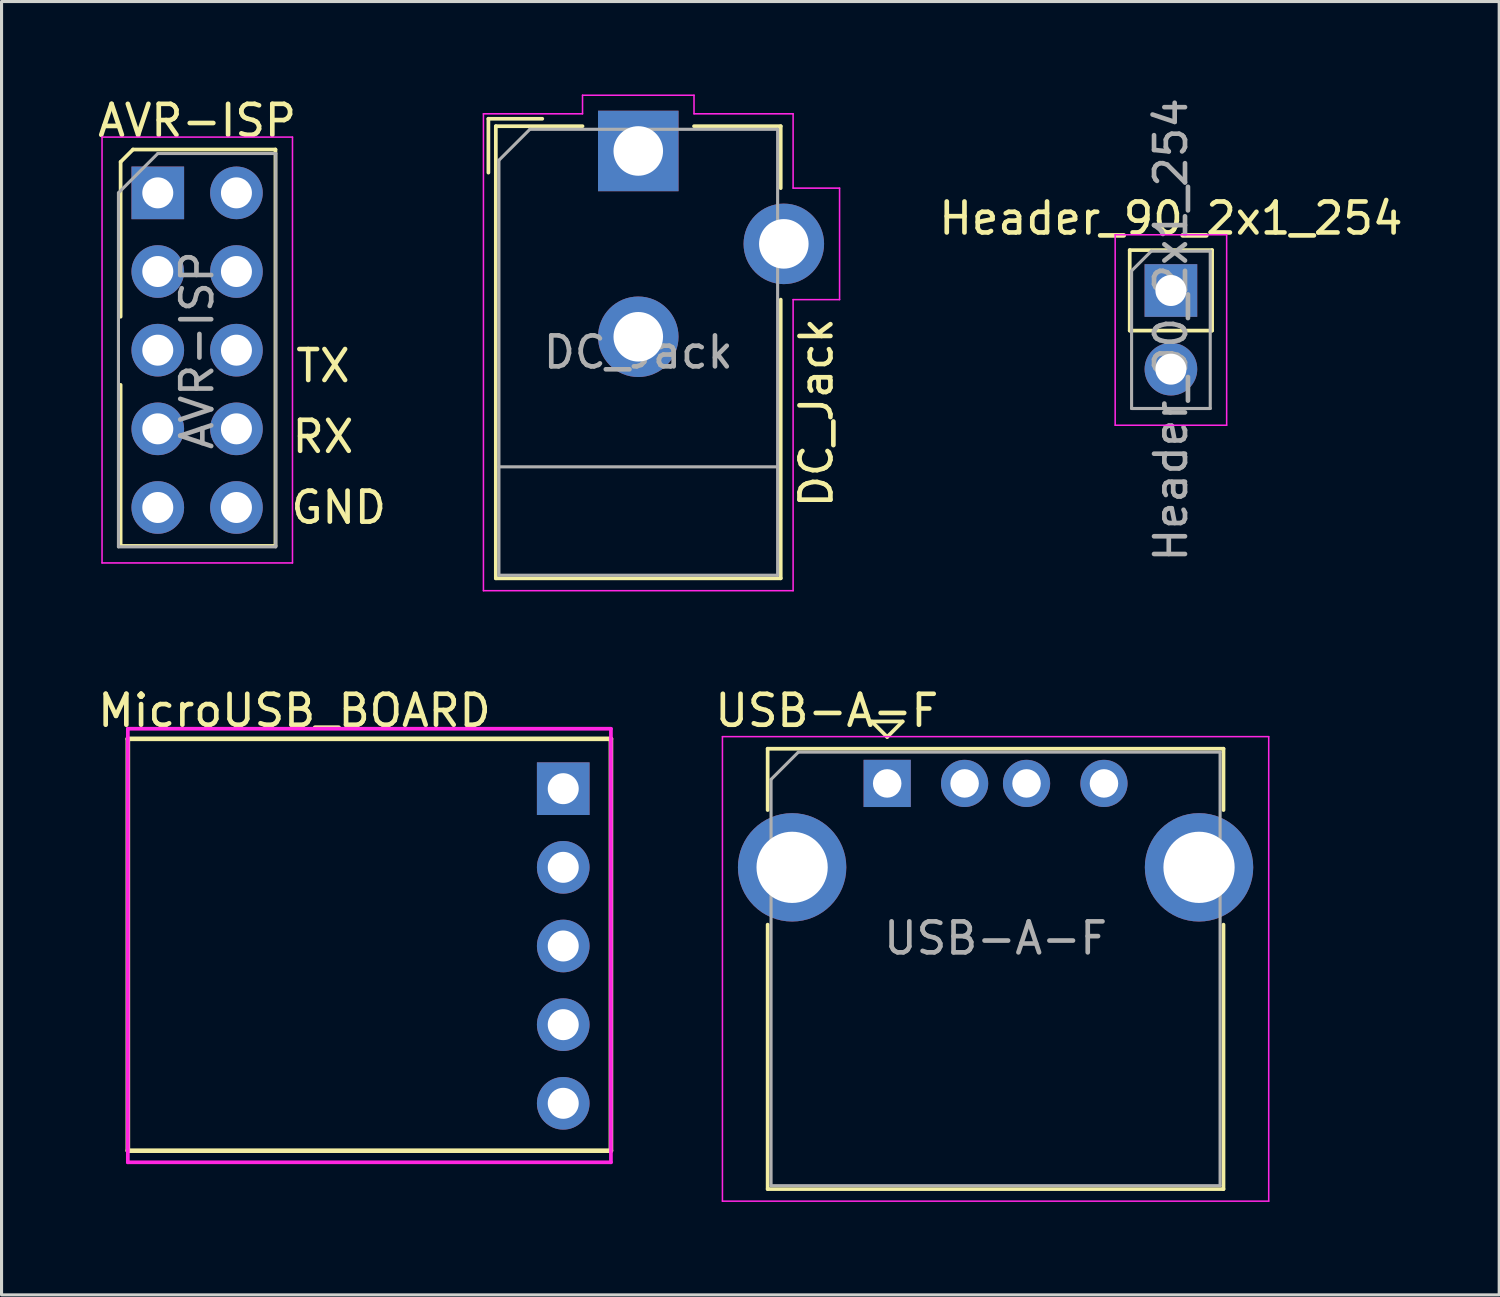
<source format=kicad_pcb>
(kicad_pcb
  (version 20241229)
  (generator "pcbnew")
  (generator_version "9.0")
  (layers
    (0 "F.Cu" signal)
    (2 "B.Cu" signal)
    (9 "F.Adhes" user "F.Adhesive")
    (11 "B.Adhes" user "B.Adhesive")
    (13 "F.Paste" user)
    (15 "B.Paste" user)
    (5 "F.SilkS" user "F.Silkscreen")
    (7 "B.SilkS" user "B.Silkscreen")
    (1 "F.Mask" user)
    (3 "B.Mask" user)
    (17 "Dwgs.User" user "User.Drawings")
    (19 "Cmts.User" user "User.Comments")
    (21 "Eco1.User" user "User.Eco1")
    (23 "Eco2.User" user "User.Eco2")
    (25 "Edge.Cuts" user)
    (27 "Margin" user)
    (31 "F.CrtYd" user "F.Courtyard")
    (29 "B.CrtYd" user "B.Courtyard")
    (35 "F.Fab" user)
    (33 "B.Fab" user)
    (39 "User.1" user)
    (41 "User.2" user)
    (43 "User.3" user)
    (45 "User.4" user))
  (footprint "DC_Jack"
    (layer "F.Cu")
    (at 17.561 1.825)
    (property "Reference" "DC_Jack" (at 5.75 8.45 90) (layer "F.SilkS") (effects (font (size 1 1) (thickness 0.15))))
    (attr through_hole)
    (fp_line (start -4.84 -1.04) (end -3.1 -1.04) (stroke (width 0.12) (type solid)) (layer "F.SilkS"))
    (fp_line (start -4.84 0.7) (end -4.84 -1.04) (stroke (width 0.12) (type solid)) (layer "F.SilkS"))
    (fp_line (start -4.6 -0.8) (end -1.8 -0.8) (stroke (width 0.12) (type solid)) (layer "F.SilkS"))
    (fp_line (start -4.6 13.8) (end -4.6 -0.8) (stroke (width 0.12) (type solid)) (layer "F.SilkS"))
    (fp_line (start 1.8 -0.8) (end 4.6 -0.8) (stroke (width 0.12) (type solid)) (layer "F.SilkS"))
    (fp_line (start 4.6 -0.8) (end 4.6 1.2) (stroke (width 0.12) (type solid)) (layer "F.SilkS"))
    (fp_line (start 4.6 4.8) (end 4.6 13.8) (stroke (width 0.12) (type solid)) (layer "F.SilkS"))
    (fp_line (start 4.6 13.8) (end -4.6 13.8) (stroke (width 0.12) (type solid)) (layer "F.SilkS"))
    (fp_line (start -5 -1.2) (end -1.8 -1.2) (stroke (width 0.05) (type solid)) (layer "F.CrtYd"))
    (fp_line (start -5 14.2) (end -5 -1.2) (stroke (width 0.05) (type solid)) (layer "F.CrtYd"))
    (fp_line (start -1.8 -1.8) (end 1.8 -1.8) (stroke (width 0.05) (type solid)) (layer "F.CrtYd"))
    (fp_line (start -1.8 -1.2) (end -1.8 -1.8) (stroke (width 0.05) (type solid)) (layer "F.CrtYd"))
    (fp_line (start 1.8 -1.8) (end 1.8 -1.2) (stroke (width 0.05) (type solid)) (layer "F.CrtYd"))
    (fp_line (start 1.8 -1.2) (end 5 -1.2) (stroke (width 0.05) (type solid)) (layer "F.CrtYd"))
    (fp_line (start 5 -1.2) (end 5 1.2) (stroke (width 0.05) (type solid)) (layer "F.CrtYd"))
    (fp_line (start 5 1.2) (end 6.5 1.2) (stroke (width 0.05) (type solid)) (layer "F.CrtYd"))
    (fp_line (start 5 4.8) (end 5 14.2) (stroke (width 0.05) (type solid)) (layer "F.CrtYd"))
    (fp_line (start 5 14.2) (end -5 14.2) (stroke (width 0.05) (type solid)) (layer "F.CrtYd"))
    (fp_line (start 6.5 1.2) (end 6.5 4.8) (stroke (width 0.05) (type solid)) (layer "F.CrtYd"))
    (fp_line (start 6.5 4.8) (end 5 4.8) (stroke (width 0.05) (type solid)) (layer "F.CrtYd"))
    (fp_line (start -4.5 0.3) (end -3.5 -0.7) (stroke (width 0.1) (type solid)) (layer "F.Fab"))
    (fp_line (start -4.5 10.2) (end 4.5 10.2) (stroke (width 0.1) (type solid)) (layer "F.Fab"))
    (fp_line (start -4.5 13.7) (end -4.5 0.3) (stroke (width 0.1) (type solid)) (layer "F.Fab"))
    (fp_line (start -3.5 -0.7) (end 4.5 -0.7) (stroke (width 0.1) (type solid)) (layer "F.Fab"))
    (fp_line (start 4.5 -0.7) (end 4.5 13.7) (stroke (width 0.1) (type solid)) (layer "F.Fab"))
    (fp_line (start 4.5 13.7) (end -4.5 13.7) (stroke (width 0.1) (type solid)) (layer "F.Fab"))
    (fp_text user "${REFERENCE}" (at 0 6.5 0) (layer "F.Fab") (effects (font (size 1 1) (thickness 0.15))))
    (pad "1" thru_hole rect (at 0 0) (size 2.6 2.6) (drill 1.6) (layers "*.Cu" "*.Mask"))
    (pad "2" thru_hole circle (at 0 6) (size 2.6 2.6) (drill 1.6) (layers "*.Cu" "*.Mask"))
    (pad "3" thru_hole circle (at 4.7 3) (size 2.6 2.6) (drill 1.6) (layers "*.Cu" "*.Mask")))
  (footprint "Header_90_2x1_254"
    (layer "F.Cu")
    (at 34.761 6.331)
    (property "Reference" "Header_90_2x1_254" (at 0 -2.33 0) (layer "F.SilkS") (effects (font (size 1 1) (thickness 0.15))))
    (attr through_hole)
    (fp_line (start -1.33 -1.305) (end -1.33 1.295) (stroke (width 0.12) (type solid)) (layer "F.SilkS"))
    (fp_line (start -1.33 -1.305) (end 1.33 -1.305) (stroke (width 0.12) (type solid)) (layer "F.SilkS"))
    (fp_line (start -1.33 1.295) (end 1.33 1.295) (stroke (width 0.12) (type solid)) (layer "F.SilkS"))
    (fp_line (start 1.33 -1.305) (end 1.33 1.295) (stroke (width 0.12) (type solid)) (layer "F.SilkS"))
    (fp_line (start -1.8 -1.8) (end -1.8 4.35) (stroke (width 0.05) (type solid)) (layer "F.CrtYd"))
    (fp_line (start -1.8 4.35) (end 1.8 4.35) (stroke (width 0.05) (type solid)) (layer "F.CrtYd"))
    (fp_line (start 1.8 -1.8) (end -1.8 -1.8) (stroke (width 0.05) (type solid)) (layer "F.CrtYd"))
    (fp_line (start 1.8 4.35) (end 1.8 -1.8) (stroke (width 0.05) (type solid)) (layer "F.CrtYd"))
    (fp_line (start -1.27 -0.635) (end -0.635 -1.27) (stroke (width 0.1) (type solid)) (layer "F.Fab"))
    (fp_line (start -1.27 3.81) (end -1.27 -0.635) (stroke (width 0.1) (type solid)) (layer "F.Fab"))
    (fp_line (start -0.635 -1.27) (end 1.27 -1.27) (stroke (width 0.1) (type solid)) (layer "F.Fab"))
    (fp_line (start 1.27 -1.27) (end 1.27 3.81) (stroke (width 0.1) (type solid)) (layer "F.Fab"))
    (fp_line (start 1.27 3.81) (end -1.27 3.81) (stroke (width 0.1) (type solid)) (layer "F.Fab"))
    (fp_text user "${REFERENCE}" (at 0 1.27 90) (layer "F.Fab") (effects (font (size 1 1) (thickness 0.15))))
    (pad "1" thru_hole rect (at 0 0) (size 1.7 1.7) (drill 1) (layers "*.Cu" "*.Mask"))
    (pad "2" thru_hole oval (at 0 2.54) (size 1.7 1.7) (drill 1) (layers "*.Cu" "*.Mask")))
  (footprint "AVR-ISP"
    (layer "F.Cu")
    (at 2.045 3.178)
    (property "Reference" "AVR-ISP" (at 1.27 -2.33 0) (layer "F.SilkS") (effects (font (size 1 1) (thickness 0.15))))
    (attr through_hole)
    (fp_line (start -1.2 -1) (end -1.2 4) (stroke (width 0.12) (type solid)) (layer "F.SilkS"))
    (fp_line (start -1.2 -1) (end -0.8 -1.4) (stroke (width 0.12) (type solid)) (layer "F.SilkS"))
    (fp_line (start -1.2 6.2) (end -1.2 11.4) (stroke (width 0.12) (type solid)) (layer "F.SilkS"))
    (fp_line (start -1.2 11.4) (end 3.8 11.4) (stroke (width 0.12) (type solid)) (layer "F.SilkS"))
    (fp_line (start -0.8 -1.4) (end 3.8 -1.4) (stroke (width 0.12) (type solid)) (layer "F.SilkS"))
    (fp_line (start 3.8 -1.4) (end 3.8 11.4) (stroke (width 0.12) (type solid)) (layer "F.SilkS"))
    (fp_line (start -1.8 -1.8) (end -1.8 11.95) (stroke (width 0.05) (type solid)) (layer "F.CrtYd"))
    (fp_line (start -1.8 11.95) (end 4.35 11.95) (stroke (width 0.05) (type solid)) (layer "F.CrtYd"))
    (fp_line (start 4.35 -1.8) (end -1.8 -1.8) (stroke (width 0.05) (type solid)) (layer "F.CrtYd"))
    (fp_line (start 4.35 11.95) (end 4.35 -1.8) (stroke (width 0.05) (type solid)) (layer "F.CrtYd"))
    (fp_line (start -1.27 0) (end 0 -1.27) (stroke (width 0.1) (type solid)) (layer "F.Fab"))
    (fp_line (start -1.27 11.43) (end -1.27 0) (stroke (width 0.1) (type solid)) (layer "F.Fab"))
    (fp_line (start 0 -1.27) (end 3.81 -1.27) (stroke (width 0.1) (type solid)) (layer "F.Fab"))
    (fp_line (start 3.81 -1.27) (end 3.81 11.43) (stroke (width 0.1) (type solid)) (layer "F.Fab"))
    (fp_line (start 3.81 11.43) (end -1.27 11.43) (stroke (width 0.1) (type solid)) (layer "F.Fab"))
    (fp_text user "RX" (at 5.334 7.874 0) (layer "F.SilkS") (effects (font (size 1 1) (thickness 0.15))))
    (fp_text user "TX" (at 5.334 5.588 0) (layer "F.SilkS") (effects (font (size 1 1) (thickness 0.15))))
    (fp_text user "GND" (at 5.842 10.16 0) (layer "F.SilkS") (effects (font (size 1 1) (thickness 0.15))))
    (fp_text user "${REFERENCE}" (at 1.27 5.08 90) (layer "F.Fab") (effects (font (size 1 1) (thickness 0.15))))
    (pad "1" thru_hole rect (at 0 0) (size 1.7 1.7) (drill 1) (layers "*.Cu" "*.Mask"))
    (pad "2" thru_hole oval (at 2.54 0) (size 1.7 1.7) (drill 1) (layers "*.Cu" "*.Mask"))
    (pad "3" thru_hole oval (at 0 2.54) (size 1.7 1.7) (drill 1) (layers "*.Cu" "*.Mask"))
    (pad "4" thru_hole oval (at 2.54 2.54) (size 1.7 1.7) (drill 1) (layers "*.Cu" "*.Mask"))
    (pad "5" thru_hole oval (at 0 5.08) (size 1.7 1.7) (drill 1) (layers "*.Cu" "*.Mask"))
    (pad "6" thru_hole oval (at 2.54 5.08) (size 1.7 1.7) (drill 1) (layers "*.Cu" "*.Mask"))
    (pad "7" thru_hole oval (at 0 7.62) (size 1.7 1.7) (drill 1) (layers "*.Cu" "*.Mask"))
    (pad "8" thru_hole oval (at 2.54 7.62) (size 1.7 1.7) (drill 1) (layers "*.Cu" "*.Mask"))
    (pad "9" thru_hole oval (at 0 10.16) (size 1.7 1.7) (drill 1) (layers "*.Cu" "*.Mask"))
    (pad "10" thru_hole oval (at 2.54 10.16) (size 1.7 1.7) (drill 1) (layers "*.Cu" "*.Mask")))
  (footprint "MicroUSB_BOARD"
    (layer "F.Cu")
    (at 16.678 20.808)
    (property "Reference" "MicroUSB_BOARD" (at -10.22 -0.91 0) (layer "F.SilkS") (effects (font (size 1 1) (thickness 0.15))))
    (attr through_hole)
    (fp_line (start -15.6 0) (end -15.6 13.3) (stroke (width 0.15) (type solid)) (layer "F.SilkS"))
    (fp_line (start -15.6 0) (end 0 0) (stroke (width 0.15) (type solid)) (layer "F.SilkS"))
    (fp_line (start -15.6 13.3) (end 0 13.3) (stroke (width 0.15) (type solid)) (layer "F.SilkS"))
    (fp_line (start 0 0) (end 0 13.3) (stroke (width 0.15) (type solid)) (layer "F.SilkS"))
    (fp_line (start -15.6 -0.325) (end 0 -0.325) (stroke (width 0.12) (type solid)) (layer "F.CrtYd"))
    (fp_line (start -15.6 13.675) (end -15.6 -0.325) (stroke (width 0.12) (type solid)) (layer "F.CrtYd"))
    (fp_line (start 0 -0.325) (end 0 13.675) (stroke (width 0.12) (type solid)) (layer "F.CrtYd"))
    (fp_line (start 0 13.675) (end -15.6 13.675) (stroke (width 0.12) (type solid)) (layer "F.CrtYd"))
    (pad "1" thru_hole circle (at -1.54 11.77) (size 1.7 1.7) (drill 1) (layers "*.Cu" "*.Mask"))
    (pad "2" thru_hole circle (at -1.54 9.23) (size 1.7 1.7) (drill 1) (layers "*.Cu" "*.Mask"))
    (pad "3" thru_hole circle (at -1.54 6.69) (size 1.7 1.7) (drill 1) (layers "*.Cu" "*.Mask"))
    (pad "4" thru_hole circle (at -1.54 4.15) (size 1.7 1.7) (drill 1) (layers "*.Cu" "*.Mask"))
    (pad "5" thru_hole rect (at -1.54 1.61) (size 1.7 1.7) (drill 1) (layers "*.Cu" "*.Mask")))
  (footprint "USB-A-F"
    (layer "F.Cu")
    (at 25.599 22.248)
    (property "Reference" "USB-A-F" (at -1.95 -2.35 0) (layer "F.SilkS") (effects (font (size 1 1) (thickness 0.15))))
    (attr through_hole)
    (fp_line (start -3.86 -1.12) (end -3.86 0.86) (stroke (width 0.12) (type solid)) (layer "F.SilkS"))
    (fp_line (start -3.86 -1.12) (end 10.86 -1.12) (stroke (width 0.12) (type solid)) (layer "F.SilkS"))
    (fp_line (start -3.86 4.56) (end -3.86 13.1) (stroke (width 0.12) (type solid)) (layer "F.SilkS"))
    (fp_line (start -3.86 13.1) (end 10.86 13.1) (stroke (width 0.12) (type solid)) (layer "F.SilkS"))
    (fp_line (start -0.5 -2) (end 0 -1.5) (stroke (width 0.12) (type solid)) (layer "F.SilkS"))
    (fp_line (start 0 -1.5) (end 0.5 -2) (stroke (width 0.12) (type solid)) (layer "F.SilkS"))
    (fp_line (start 0.5 -2) (end -0.5 -2) (stroke (width 0.12) (type solid)) (layer "F.SilkS"))
    (fp_line (start 10.86 0.86) (end 10.86 -1.12) (stroke (width 0.12) (type solid)) (layer "F.SilkS"))
    (fp_line (start 10.86 4.56) (end 10.86 13.1) (stroke (width 0.12) (type solid)) (layer "F.SilkS"))
    (fp_line (start -5.32 -1.51) (end -5.32 13.49) (stroke (width 0.05) (type solid)) (layer "F.CrtYd"))
    (fp_line (start -5.32 -1.51) (end 12.32 -1.51) (stroke (width 0.05) (type solid)) (layer "F.CrtYd"))
    (fp_line (start 12.32 -1.51) (end 12.32 13.49) (stroke (width 0.05) (type solid)) (layer "F.CrtYd"))
    (fp_line (start 12.32 13.49) (end -5.32 13.49) (stroke (width 0.05) (type solid)) (layer "F.CrtYd"))
    (fp_line (start -3.75 -0.13) (end -3.75 12.99) (stroke (width 0.1) (type solid)) (layer "F.Fab"))
    (fp_line (start -3.75 12.99) (end 10.75 12.99) (stroke (width 0.1) (type solid)) (layer "F.Fab"))
    (fp_line (start -2.87 -1.01) (end -3.75 -0.13) (stroke (width 0.1) (type solid)) (layer "F.Fab"))
    (fp_line (start -2.87 -1.01) (end 10.75 -1.01) (stroke (width 0.1) (type solid)) (layer "F.Fab"))
    (fp_line (start 10.75 -1.01) (end 10.75 12.99) (stroke (width 0.1) (type solid)) (layer "F.Fab"))
    (fp_text user "${REFERENCE}" (at 3.5 5 0) (layer "F.Fab") (effects (font (size 1 1) (thickness 0.15))))
    (pad "1" thru_hole rect (at 0 0) (size 1.524 1.524) (drill 0.92) (layers "*.Cu" "*.Mask"))
    (pad "2" thru_hole circle (at 2.5 0) (size 1.524 1.524) (drill 0.92) (layers "*.Cu" "*.Mask"))
    (pad "3" thru_hole circle (at 4.5 0) (size 1.524 1.524) (drill 0.92) (layers "*.Cu" "*.Mask"))
    (pad "4" thru_hole circle (at 7 0) (size 1.524 1.524) (drill 0.92) (layers "*.Cu" "*.Mask"))
    (pad "5" thru_hole circle (at -3.07 2.71) (size 3.5 3.5) (drill 2.3) (layers "*.Cu" "*.Mask"))
    (pad "5" thru_hole circle (at 10.07 2.71) (size 3.5 3.5) (drill 2.3) (layers "*.Cu" "*.Mask")))
  (gr_rect
    (start -3 -3)
    (end 45.362 38.763)
    (stroke (width 0.1) (type default))
    (fill no)
    (layer "Edge.Cuts")))
</source>
